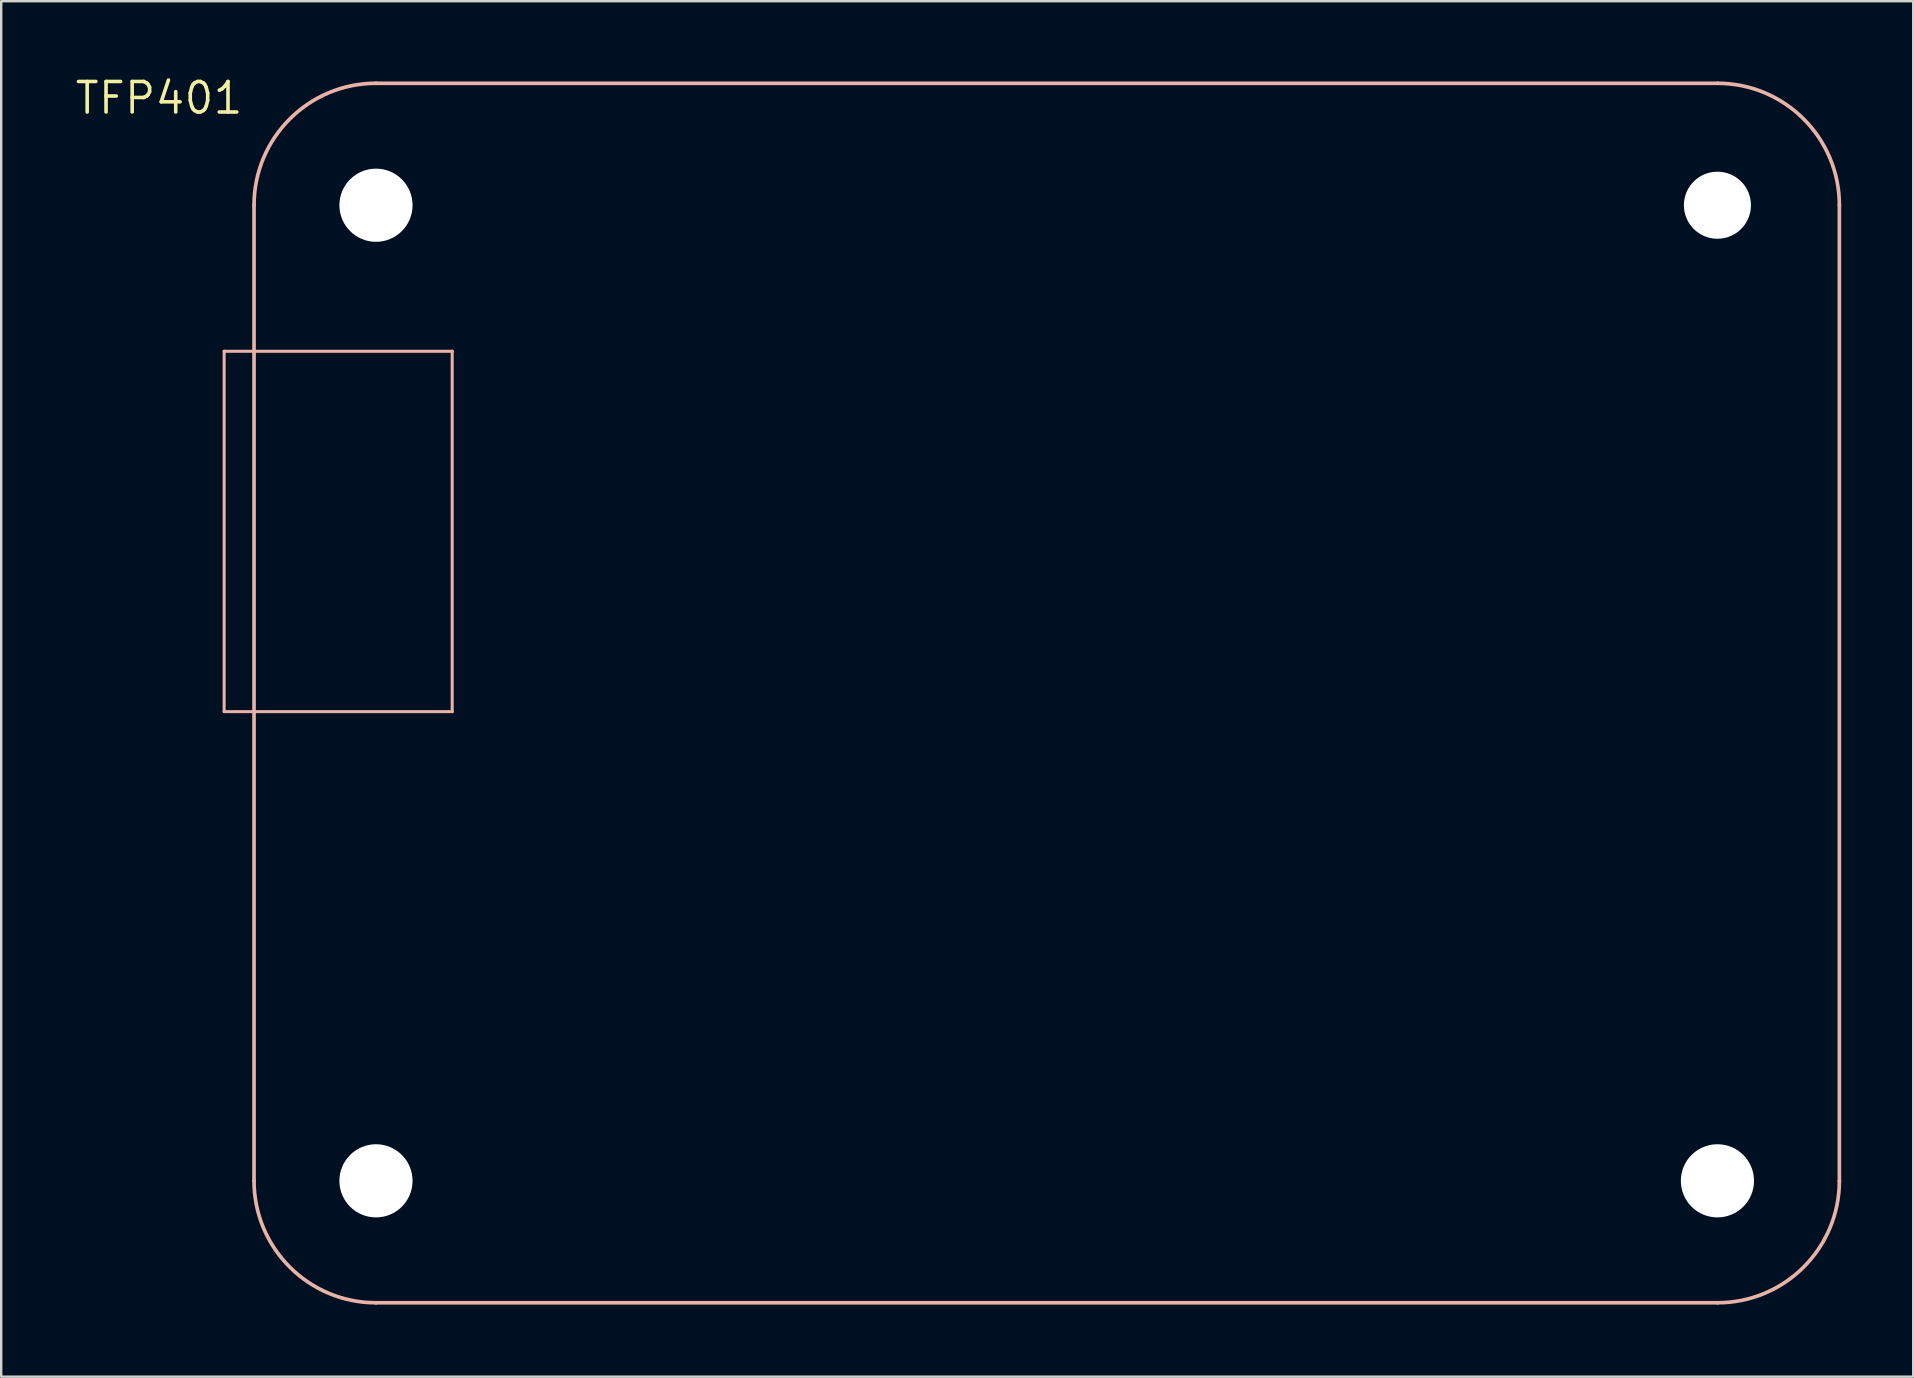
<source format=kicad_pcb>
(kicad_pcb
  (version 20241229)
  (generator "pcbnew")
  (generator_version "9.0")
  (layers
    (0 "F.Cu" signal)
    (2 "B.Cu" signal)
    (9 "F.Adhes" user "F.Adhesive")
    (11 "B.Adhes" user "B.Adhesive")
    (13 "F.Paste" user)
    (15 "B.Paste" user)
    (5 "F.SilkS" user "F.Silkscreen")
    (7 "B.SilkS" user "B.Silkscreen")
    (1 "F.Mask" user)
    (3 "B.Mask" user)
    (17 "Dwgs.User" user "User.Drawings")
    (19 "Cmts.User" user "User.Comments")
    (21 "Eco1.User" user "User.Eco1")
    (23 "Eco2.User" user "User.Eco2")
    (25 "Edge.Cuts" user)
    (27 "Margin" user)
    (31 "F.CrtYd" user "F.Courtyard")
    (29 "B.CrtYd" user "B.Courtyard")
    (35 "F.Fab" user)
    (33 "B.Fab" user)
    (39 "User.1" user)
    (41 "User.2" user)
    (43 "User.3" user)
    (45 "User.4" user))
  (footprint "TFP401"
    (layer "F.Cu")
    (at 7.151 0.292)
    (property "Reference" "TFP401" (at 0 0 0) (layer "F.SilkS") (effects (font (size 1.27 1.27) (thickness 0.15)) (justify right top)))
    (attr through_hole)
    (fp_line (start -0.864 11.29) (end -0.864 26.302) (stroke (width 0.127) (type solid)) (layer "B.SilkS"))
    (fp_line (start -0.864 26.302) (end 8.636 26.302) (stroke (width 0.127) (type solid)) (layer "B.SilkS"))
    (fp_line (start 0.381 5.207) (end 0.381 45.847) (stroke (width 0.152) (type solid)) (layer "B.SilkS"))
    (fp_line (start 5.461 50.927) (end 61.341 50.927) (stroke (width 0.152) (type solid)) (layer "B.SilkS"))
    (fp_line (start 8.636 11.29) (end -0.864 11.29) (stroke (width 0.127) (type solid)) (layer "B.SilkS"))
    (fp_line (start 8.636 26.302) (end 8.636 11.29) (stroke (width 0.127) (type solid)) (layer "B.SilkS"))
    (fp_line (start 61.341 0.127) (end 5.461 0.127) (stroke (width 0.152) (type solid)) (layer "B.SilkS"))
    (fp_line (start 66.421 45.847) (end 66.421 5.207) (stroke (width 0.152) (type solid)) (layer "B.SilkS"))
    (fp_arc (start 0.381 5.207) (mid 1.868898 1.614898) (end 5.461 0.127) (stroke (width 0.1524) (type solid)) (layer "B.SilkS"))
    (fp_arc (start 5.461 50.927) (mid 1.868898 49.439102) (end 0.381 45.847) (stroke (width 0.1524) (type solid)) (layer "B.SilkS"))
    (fp_arc (start 61.341 0.127) (mid 64.933102 1.614898) (end 66.421 5.207) (stroke (width 0.1524) (type solid)) (layer "B.SilkS"))
    (fp_arc (start 66.421 45.847) (mid 64.933102 49.439102) (end 61.341 50.927) (stroke (width 0.1524) (type solid)) (layer "B.SilkS"))
    (pad "" np_thru_hole circle (at 5.461 5.207) (size 3.048 3.048) (drill 3.048) (layers "*.Cu" "*.Mask"))
    (pad "" np_thru_hole circle (at 5.461 45.847) (size 3.048 3.048) (drill 3.048) (layers "*.Cu" "*.Mask"))
    (pad "" np_thru_hole circle (at 61.341 5.207) (size 2.794 2.794) (drill 2.794) (layers "*.Cu" "*.Mask"))
    (pad "" np_thru_hole circle (at 61.341 45.847) (size 3.048 3.048) (drill 3.048) (layers "*.Cu" "*.Mask")))
  (gr_rect
    (start -3 -3)
    (end 76.648 54.296)
    (stroke (width 0.1) (type default))
    (fill no)
    (layer "Edge.Cuts")))
</source>
